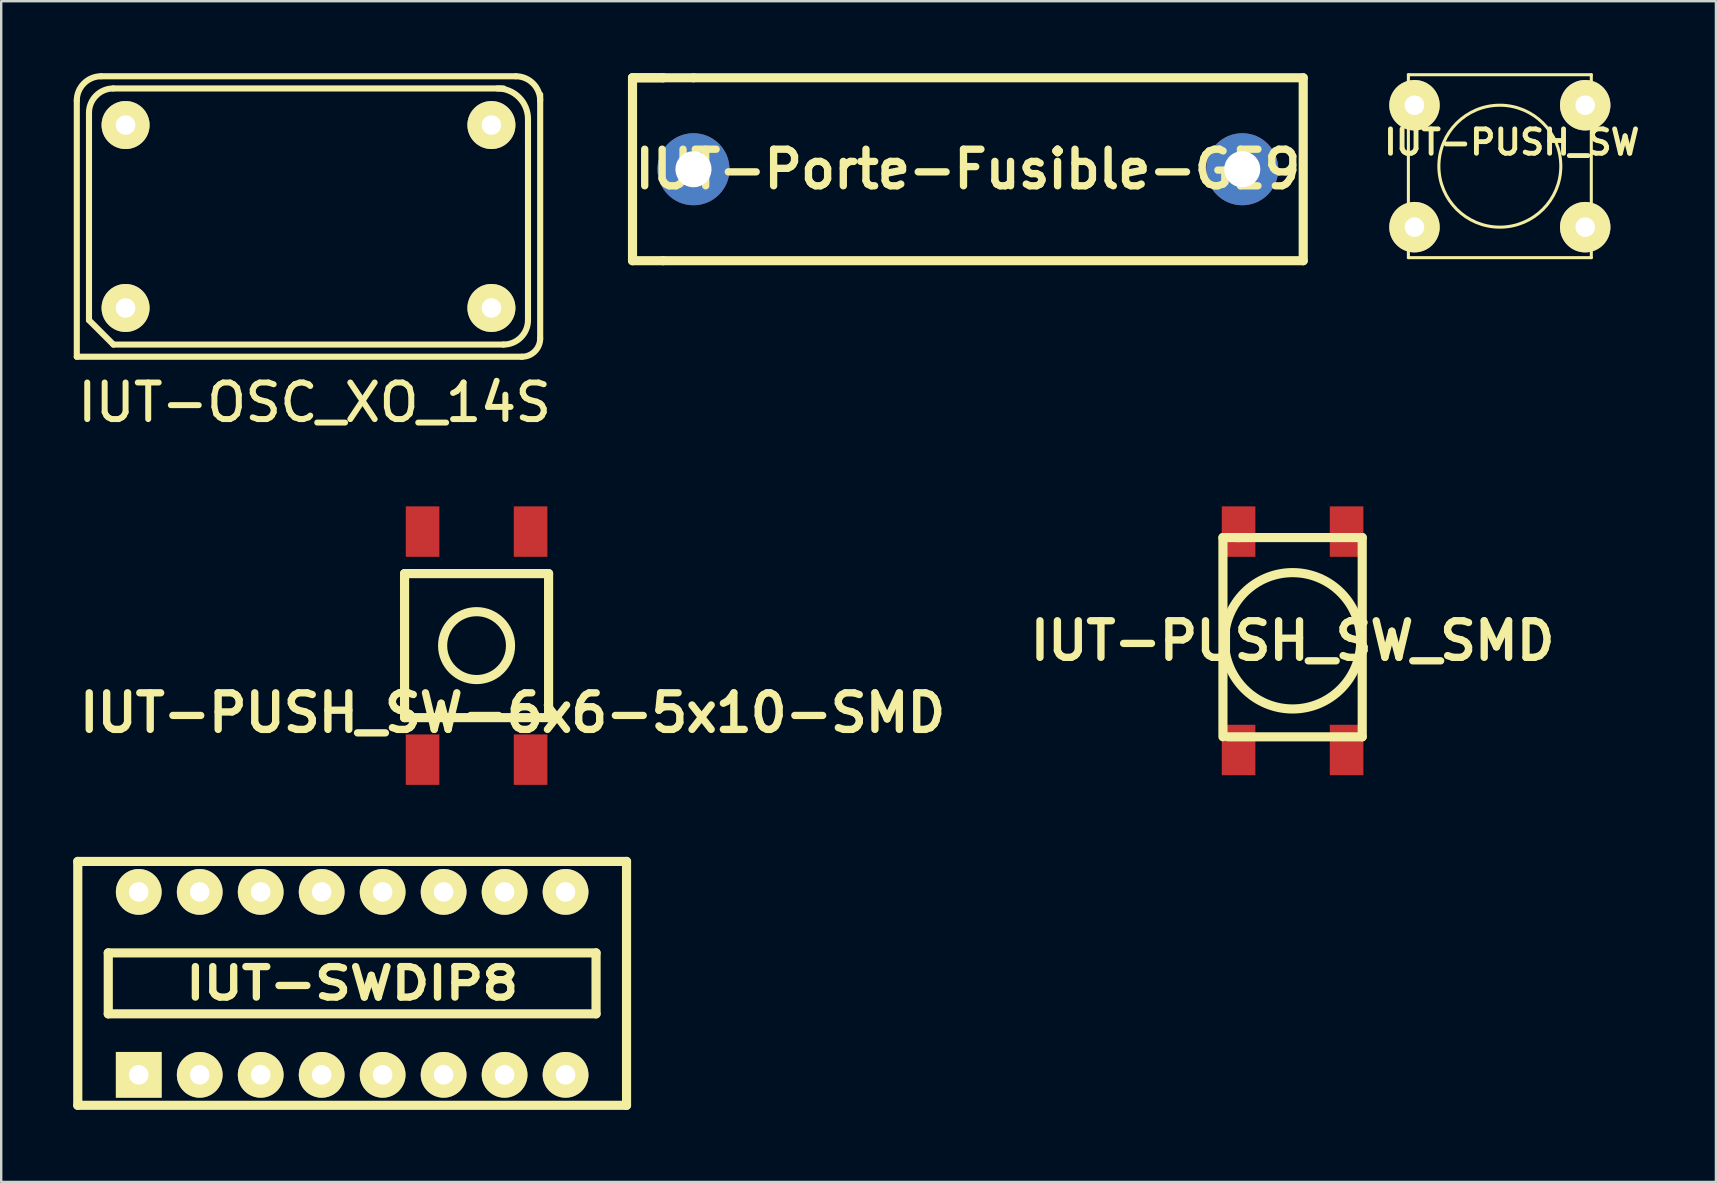
<source format=kicad_pcb>
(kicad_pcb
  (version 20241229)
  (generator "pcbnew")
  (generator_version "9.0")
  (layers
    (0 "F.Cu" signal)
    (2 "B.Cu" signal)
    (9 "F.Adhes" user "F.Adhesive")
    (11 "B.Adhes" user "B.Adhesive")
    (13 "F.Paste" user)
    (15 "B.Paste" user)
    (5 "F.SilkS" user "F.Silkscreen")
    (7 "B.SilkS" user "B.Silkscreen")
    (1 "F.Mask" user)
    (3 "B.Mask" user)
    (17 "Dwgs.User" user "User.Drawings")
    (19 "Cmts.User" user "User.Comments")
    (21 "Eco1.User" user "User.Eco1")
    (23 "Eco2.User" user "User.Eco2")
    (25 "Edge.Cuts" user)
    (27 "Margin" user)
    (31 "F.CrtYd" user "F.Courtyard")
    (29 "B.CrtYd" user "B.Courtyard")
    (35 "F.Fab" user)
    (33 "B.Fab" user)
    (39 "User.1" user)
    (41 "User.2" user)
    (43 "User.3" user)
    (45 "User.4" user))
  (footprint "IUT-PUSH_SW-6x6-5x10-SMD"
    (layer "F.Cu")
    (at 16.803 23.845)
    (property "Reference" "IUT-PUSH_SW-6x6-5x10-SMD" (at 1.5 2.8 0) (layer "F.SilkS") (effects (font (size 1.524 1.524) (thickness 0.305))))
    (attr through_hole)
    (fp_line (start -3 -3) (end 3 -3) (stroke (width 0.381) (type solid)) (layer "F.SilkS"))
    (fp_line (start -3 3) (end -3 -3) (stroke (width 0.381) (type solid)) (layer "F.SilkS"))
    (fp_line (start 3 -3) (end 3 3) (stroke (width 0.381) (type solid)) (layer "F.SilkS"))
    (fp_line (start 3 3) (end -3 3) (stroke (width 0.381) (type solid)) (layer "F.SilkS"))
    (fp_circle (center 0 0) (end 1 1) (stroke (width 0.381) (type solid)) (fill no) (layer "F.SilkS"))
    (pad "1" smd rect (at -2.25 -4.75) (size 1.399 2.101) (layers "F.Cu" "F.Mask" "F.Paste"))
    (pad "1" smd rect (at -2.25 4.75) (size 1.399 2.101) (layers "F.Cu" "F.Mask" "F.Paste"))
    (pad "2" smd rect (at 2.25 -4.75) (size 1.399 2.101) (layers "F.Cu" "F.Mask" "F.Paste"))
    (pad "2" smd rect (at 2.25 4.75) (size 1.399 2.101) (layers "F.Cu" "F.Mask" "F.Paste")))
  (footprint "IUT-PUSH_SW_SMD"
    (layer "F.Cu")
    (at 50.796 23.644)
    (property "Reference" "IUT-PUSH_SW_SMD" (at 0 0 0) (layer "F.SilkS") (effects (font (size 1.524 1.524) (thickness 0.305))))
    (attr through_hole)
    (fp_line (start -2.901 -4.3) (end -2.2 -4.3) (stroke (width 0.381) (type solid)) (layer "F.SilkS"))
    (fp_line (start -2.901 4) (end -2.901 -4.3) (stroke (width 0.381) (type solid)) (layer "F.SilkS"))
    (fp_line (start -2.301 -4.3) (end 2.901 -4.3) (stroke (width 0.381) (type solid)) (layer "F.SilkS"))
    (fp_line (start 2.901 -4.3) (end 2.901 4) (stroke (width 0.381) (type solid)) (layer "F.SilkS"))
    (fp_line (start 2.901 4) (end -2.7 4) (stroke (width 0.381) (type solid)) (layer "F.SilkS"))
    (fp_circle (center 0 0) (end 1.27 2.54) (stroke (width 0.381) (type solid)) (fill no) (layer "F.SilkS"))
    (pad "1" smd rect (at -2.25 -4.549) (size 1.399 2.101) (layers "F.Cu" "F.Mask" "F.Paste"))
    (pad "2" smd rect (at -2.25 4.549) (size 1.399 2.101) (layers "F.Cu" "F.Mask" "F.Paste"))
    (pad "3" smd rect (at 2.25 -4.549) (size 1.399 2.101) (layers "F.Cu" "F.Mask" "F.Paste"))
    (pad "4" smd rect (at 2.25 4.549) (size 1.399 2.101) (layers "F.Cu" "F.Mask" "F.Paste")))
  (footprint "IUT-OSC_XO_14S"
    (layer "F.Cu")
    (at 9.826 5.969)
    (property "Reference" "IUT-OSC_XO_14S" (at 0.229 7.747 0) (layer "F.SilkS") (effects (font (size 1.524 1.524) (thickness 0.249))))
    (attr through_hole)
    (fp_line (start -9.677 5.842) (end -9.677 -4.826) (stroke (width 0.254) (type solid)) (layer "F.SilkS"))
    (fp_line (start -9.169 4.318) (end -9.169 -4.318) (stroke (width 0.254) (type solid)) (layer "F.SilkS"))
    (fp_line (start -8.661 -5.842) (end 8.611 -5.842) (stroke (width 0.254) (type solid)) (layer "F.SilkS"))
    (fp_line (start -8.153 -5.334) (end 8.103 -5.334) (stroke (width 0.254) (type solid)) (layer "F.SilkS"))
    (fp_line (start -8.153 5.334) (end -9.169 4.318) (stroke (width 0.254) (type solid)) (layer "F.SilkS"))
    (fp_line (start -8.153 5.334) (end 8.103 5.334) (stroke (width 0.254) (type solid)) (layer "F.SilkS"))
    (fp_line (start 8.865 5.842) (end -9.677 5.842) (stroke (width 0.254) (type solid)) (layer "F.SilkS"))
    (fp_line (start 9.119 -4.064) (end 9.119 4.318) (stroke (width 0.254) (type solid)) (layer "F.SilkS"))
    (fp_line (start 9.627 -5.08) (end 9.627 5.08) (stroke (width 0.254) (type solid)) (layer "F.SilkS"))
    (fp_arc (start -9.6774 -4.826) (mid -9.37982 -5.54442) (end -8.6614 -5.842) (stroke (width 0.254) (type solid)) (layer "F.SilkS"))
    (fp_arc (start -9.1694 -4.318) (mid -8.87182 -5.03642) (end -8.1534 -5.334) (stroke (width 0.254) (type solid)) (layer "F.SilkS"))
    (fp_arc (start 7.8486 -5.334) (mid 8.746626 -4.962026) (end 9.1186 -4.064) (stroke (width 0.254) (type solid)) (layer "F.SilkS"))
    (fp_arc (start 8.6106 -5.842) (mid 9.32902 -5.54442) (end 9.6266 -4.826) (stroke (width 0.254) (type solid)) (layer "F.SilkS"))
    (fp_arc (start 9.1186 4.318) (mid 8.82102 5.03642) (end 8.1026 5.334) (stroke (width 0.254) (type solid)) (layer "F.SilkS"))
    (fp_arc (start 9.6266 5.08) (mid 9.403415 5.618815) (end 8.8646 5.842) (stroke (width 0.254) (type solid)) (layer "F.SilkS"))
    (pad "1" thru_hole circle (at -7.645 3.81 180) (size 1.999 1.999) (drill 0.813) (layers "*.Cu" "*.Mask" "F.SilkS"))
    (pad "7" thru_hole circle (at 7.595 3.81 180) (size 1.999 1.999) (drill 0.813) (layers "*.Cu" "*.Mask" "F.SilkS"))
    (pad "8" thru_hole circle (at 7.595 -3.81 180) (size 1.999 1.999) (drill 0.813) (layers "*.Cu" "*.Mask" "F.SilkS"))
    (pad "14" thru_hole circle (at -7.645 -3.81 180) (size 1.999 1.999) (drill 0.813) (layers "*.Cu" "*.Mask" "F.SilkS")))
  (footprint "IUT-Porte-Fusible-GE9"
    (layer "F.Cu")
    (at 37.269 4)
    (property "Reference" "IUT-Porte-Fusible-GE9" (at 0 0 0) (layer "F.SilkS") (effects (font (size 1.524 1.524) (thickness 0.305))))
    (attr through_hole)
    (fp_line (start -13.97 -3.81) (end -13.97 3.81) (stroke (width 0.381) (type solid)) (layer "F.SilkS"))
    (fp_line (start -13.97 -3.81) (end -12.7 -3.81) (stroke (width 0.381) (type solid)) (layer "F.SilkS"))
    (fp_line (start -13.97 3.81) (end -12.7 3.81) (stroke (width 0.381) (type solid)) (layer "F.SilkS"))
    (fp_line (start -12.7 -3.81) (end -13.97 -3.81) (stroke (width 0.381) (type solid)) (layer "F.SilkS"))
    (fp_line (start -12.7 -3.81) (end -11.43 -3.81) (stroke (width 0.381) (type solid)) (layer "F.SilkS"))
    (fp_line (start -11.43 -3.81) (end 13.97 -3.81) (stroke (width 0.381) (type solid)) (layer "F.SilkS"))
    (fp_line (start 13.97 -3.81) (end 13.97 3.81) (stroke (width 0.381) (type solid)) (layer "F.SilkS"))
    (fp_line (start 13.97 3.81) (end -12.7 3.81) (stroke (width 0.381) (type solid)) (layer "F.SilkS"))
    (pad "1" thru_hole circle (at -11.43 0) (size 3 3) (drill 1.501) (layers "B.Cu"))
    (pad "2" thru_hole circle (at 11.43 0) (size 3 3) (drill 1.501) (layers "B.Cu")))
  (footprint "IUT-SWDIP8"
    (layer "F.Cu")
    (at 11.62 37.915)
    (property "Reference" "IUT-SWDIP8" (at 0 0 0) (layer "F.SilkS") (effects (font (size 1.27 1.524) (thickness 0.305))))
    (attr through_hole)
    (fp_line (start -11.43 -5.08) (end -11.43 5.08) (stroke (width 0.381) (type solid)) (layer "F.SilkS"))
    (fp_line (start -11.43 5.08) (end 11.43 5.08) (stroke (width 0.381) (type solid)) (layer "F.SilkS"))
    (fp_line (start -10.16 -1.27) (end 10.16 -1.27) (stroke (width 0.381) (type solid)) (layer "F.SilkS"))
    (fp_line (start -10.16 1.27) (end -10.16 -1.27) (stroke (width 0.381) (type solid)) (layer "F.SilkS"))
    (fp_line (start 10.16 -1.27) (end 10.16 1.27) (stroke (width 0.381) (type solid)) (layer "F.SilkS"))
    (fp_line (start 10.16 1.27) (end -10.16 1.27) (stroke (width 0.381) (type solid)) (layer "F.SilkS"))
    (fp_line (start 11.43 -5.08) (end -11.43 -5.08) (stroke (width 0.381) (type solid)) (layer "F.SilkS"))
    (fp_line (start 11.43 5.08) (end 11.43 -5.08) (stroke (width 0.381) (type solid)) (layer "F.SilkS"))
    (pad "1" thru_hole rect (at -8.89 3.81) (size 1.905 1.905) (drill 0.813) (layers "*.Cu" "*.Mask" "F.SilkS"))
    (pad "2" thru_hole circle (at -6.35 3.81) (size 1.905 1.905) (drill 0.813) (layers "*.Cu" "*.Mask" "F.SilkS"))
    (pad "3" thru_hole circle (at -3.81 3.81) (size 1.905 1.905) (drill 0.813) (layers "*.Cu" "*.Mask" "F.SilkS"))
    (pad "4" thru_hole circle (at -1.27 3.81) (size 1.905 1.905) (drill 0.813) (layers "*.Cu" "*.Mask" "F.SilkS"))
    (pad "5" thru_hole circle (at 1.27 3.81) (size 1.905 1.905) (drill 0.813) (layers "*.Cu" "*.Mask" "F.SilkS"))
    (pad "6" thru_hole circle (at 3.81 3.81) (size 1.905 1.905) (drill 0.813) (layers "*.Cu" "*.Mask" "F.SilkS"))
    (pad "7" thru_hole circle (at 6.35 3.81) (size 1.905 1.905) (drill 0.813) (layers "*.Cu" "*.Mask" "F.SilkS"))
    (pad "8" thru_hole circle (at 8.89 3.81) (size 1.905 1.905) (drill 0.813) (layers "*.Cu" "*.Mask" "F.SilkS"))
    (pad "9" thru_hole circle (at 8.89 -3.81) (size 1.905 1.905) (drill 0.813) (layers "*.Cu" "*.Mask" "F.SilkS"))
    (pad "10" thru_hole circle (at 6.35 -3.81) (size 1.905 1.905) (drill 0.813) (layers "*.Cu" "*.Mask" "F.SilkS"))
    (pad "11" thru_hole circle (at 3.81 -3.81) (size 1.905 1.905) (drill 0.813) (layers "*.Cu" "*.Mask" "F.SilkS"))
    (pad "12" thru_hole circle (at 1.27 -3.81) (size 1.905 1.905) (drill 0.813) (layers "*.Cu" "*.Mask" "F.SilkS"))
    (pad "13" thru_hole circle (at -1.27 -3.81) (size 1.905 1.905) (drill 0.813) (layers "*.Cu" "*.Mask" "F.SilkS"))
    (pad "14" thru_hole circle (at -3.81 -3.81) (size 1.905 1.905) (drill 0.813) (layers "*.Cu" "*.Mask" "F.SilkS"))
    (pad "15" thru_hole circle (at -6.35 -3.81) (size 1.905 1.905) (drill 0.813) (layers "*.Cu" "*.Mask" "F.SilkS"))
    (pad "16" thru_hole circle (at -8.89 -3.81) (size 1.905 1.905) (drill 0.813) (layers "*.Cu" "*.Mask" "F.SilkS")))
  (footprint "IUT-PUSH_SW"
    (layer "F.Cu")
    (at 59.43 3.873)
    (property "Reference" "IUT-PUSH_SW" (at 0.5 -0.998 0) (layer "F.SilkS") (effects (font (size 1.016 1.016) (thickness 0.203))))
    (attr through_hole)
    (fp_line (start -3.81 -3.81) (end -3.81 3.81) (stroke (width 0.127) (type solid)) (layer "F.SilkS"))
    (fp_line (start -3.81 -3.81) (end 3.81 -3.81) (stroke (width 0.127) (type solid)) (layer "F.SilkS"))
    (fp_line (start 3.81 -3.81) (end 3.81 3.81) (stroke (width 0.127) (type solid)) (layer "F.SilkS"))
    (fp_line (start 3.81 3.81) (end -3.81 3.81) (stroke (width 0.127) (type solid)) (layer "F.SilkS"))
    (fp_circle (center 0 0) (end 0 -2.54) (stroke (width 0.127) (type solid)) (fill no) (layer "F.SilkS"))
    (pad "1" thru_hole circle (at -3.556 -2.54) (size 2.101 2.101) (drill 0.813) (layers "*.Cu" "*.Mask" "F.SilkS"))
    (pad "1" thru_hole circle (at 3.556 -2.54) (size 2.101 2.101) (drill 0.813) (layers "*.Cu" "*.Mask" "F.SilkS"))
    (pad "2" thru_hole circle (at -3.556 2.54) (size 2.101 2.101) (drill 0.813) (layers "*.Cu" "*.Mask" "F.SilkS"))
    (pad "2" thru_hole circle (at 3.556 2.54) (size 2.101 2.101) (drill 0.813) (layers "*.Cu" "*.Mask" "F.SilkS")))
  (gr_rect
    (start -3 -3)
    (end 68.432 46.186)
    (stroke (width 0.1) (type default))
    (fill no)
    (layer "Edge.Cuts")))
</source>
